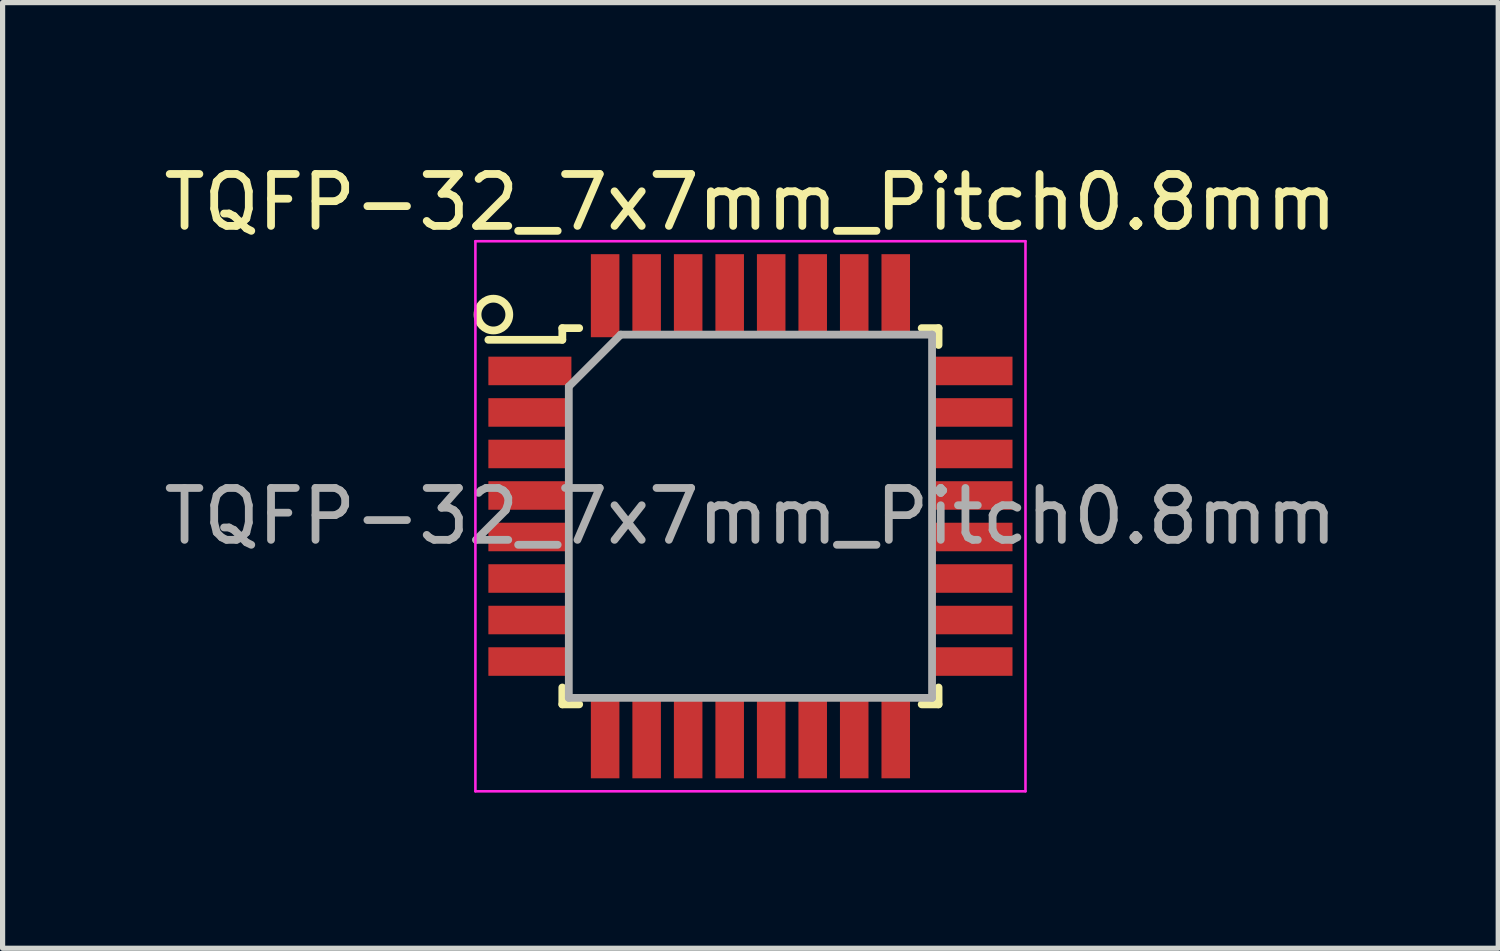
<source format=kicad_pcb>
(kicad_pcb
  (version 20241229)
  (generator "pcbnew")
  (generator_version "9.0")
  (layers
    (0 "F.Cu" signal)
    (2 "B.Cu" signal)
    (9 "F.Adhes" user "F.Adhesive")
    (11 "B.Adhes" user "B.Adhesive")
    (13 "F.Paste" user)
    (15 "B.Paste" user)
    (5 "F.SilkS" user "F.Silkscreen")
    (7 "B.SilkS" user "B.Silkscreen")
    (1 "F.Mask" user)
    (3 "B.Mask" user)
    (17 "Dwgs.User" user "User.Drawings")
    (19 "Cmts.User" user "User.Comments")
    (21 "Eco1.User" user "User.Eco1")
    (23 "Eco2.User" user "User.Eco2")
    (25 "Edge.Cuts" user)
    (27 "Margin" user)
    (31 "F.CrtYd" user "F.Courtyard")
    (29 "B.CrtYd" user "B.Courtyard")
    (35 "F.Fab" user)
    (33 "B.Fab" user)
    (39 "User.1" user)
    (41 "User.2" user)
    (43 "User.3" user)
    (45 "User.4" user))
  (footprint "TQFP-32_7x7mm_Pitch0.8mm"
    (layer "F.Cu")
    (at 11.411 6.898)
    (property "Reference" "TQFP-32_7x7mm_Pitch0.8mm" (at 0 -6.05 0) (layer "F.SilkS") (effects (font (size 1 1) (thickness 0.15))))
    (attr smd)
    (fp_line (start -3.625 -3.625) (end -3.625 -3.4) (stroke (width 0.15) (type solid)) (layer "F.SilkS"))
    (fp_line (start -3.625 -3.625) (end -3.3 -3.625) (stroke (width 0.15) (type solid)) (layer "F.SilkS"))
    (fp_line (start -3.625 -3.4) (end -5.05 -3.4) (stroke (width 0.15) (type solid)) (layer "F.SilkS"))
    (fp_line (start -3.625 3.625) (end -3.625 3.3) (stroke (width 0.15) (type solid)) (layer "F.SilkS"))
    (fp_line (start -3.625 3.625) (end -3.3 3.625) (stroke (width 0.15) (type solid)) (layer "F.SilkS"))
    (fp_line (start 3.625 -3.625) (end 3.3 -3.625) (stroke (width 0.15) (type solid)) (layer "F.SilkS"))
    (fp_line (start 3.625 -3.625) (end 3.625 -3.3) (stroke (width 0.15) (type solid)) (layer "F.SilkS"))
    (fp_line (start 3.625 3.625) (end 3.3 3.625) (stroke (width 0.15) (type solid)) (layer "F.SilkS"))
    (fp_line (start 3.625 3.625) (end 3.625 3.3) (stroke (width 0.15) (type solid)) (layer "F.SilkS"))
    (fp_circle (center -4.953 -3.886) (end -4.724 -3.683) (stroke (width 0.15) (type solid)) (fill no) (layer "F.SilkS"))
    (fp_line (start -5.3 -5.3) (end -5.3 5.3) (stroke (width 0.05) (type solid)) (layer "F.CrtYd"))
    (fp_line (start -5.3 -5.3) (end 5.3 -5.3) (stroke (width 0.05) (type solid)) (layer "F.CrtYd"))
    (fp_line (start -5.3 5.3) (end 5.3 5.3) (stroke (width 0.05) (type solid)) (layer "F.CrtYd"))
    (fp_line (start 5.3 -5.3) (end 5.3 5.3) (stroke (width 0.05) (type solid)) (layer "F.CrtYd"))
    (fp_line (start -3.5 -2.5) (end -2.5 -3.5) (stroke (width 0.15) (type solid)) (layer "F.Fab"))
    (fp_line (start -3.5 3.5) (end -3.5 -2.5) (stroke (width 0.15) (type solid)) (layer "F.Fab"))
    (fp_line (start -2.5 -3.5) (end 3.5 -3.5) (stroke (width 0.15) (type solid)) (layer "F.Fab"))
    (fp_line (start 3.5 -3.5) (end 3.5 3.5) (stroke (width 0.15) (type solid)) (layer "F.Fab"))
    (fp_line (start 3.5 3.5) (end -3.5 3.5) (stroke (width 0.15) (type solid)) (layer "F.Fab"))
    (fp_text user "${REFERENCE}" (at 0 0 0) (layer "F.Fab") (effects (font (size 1 1) (thickness 0.15))))
    (pad "1" smd rect (at -4.25 -2.8) (size 1.6 0.55) (layers "F.Cu" "F.Mask" "F.Paste"))
    (pad "2" smd rect (at -4.25 -2) (size 1.6 0.55) (layers "F.Cu" "F.Mask" "F.Paste"))
    (pad "3" smd rect (at -4.25 -1.2) (size 1.6 0.55) (layers "F.Cu" "F.Mask" "F.Paste"))
    (pad "4" smd rect (at -4.25 -0.4) (size 1.6 0.55) (layers "F.Cu" "F.Mask" "F.Paste"))
    (pad "5" smd rect (at -4.25 0.4) (size 1.6 0.55) (layers "F.Cu" "F.Mask" "F.Paste"))
    (pad "6" smd rect (at -4.25 1.2) (size 1.6 0.55) (layers "F.Cu" "F.Mask" "F.Paste"))
    (pad "7" smd rect (at -4.25 2) (size 1.6 0.55) (layers "F.Cu" "F.Mask" "F.Paste"))
    (pad "8" smd rect (at -4.25 2.8) (size 1.6 0.55) (layers "F.Cu" "F.Mask" "F.Paste"))
    (pad "9" smd rect (at -2.8 4.25 90) (size 1.6 0.55) (layers "F.Cu" "F.Mask" "F.Paste"))
    (pad "10" smd rect (at -2 4.25 90) (size 1.6 0.55) (layers "F.Cu" "F.Mask" "F.Paste"))
    (pad "11" smd rect (at -1.2 4.25 90) (size 1.6 0.55) (layers "F.Cu" "F.Mask" "F.Paste"))
    (pad "12" smd rect (at -0.4 4.25 90) (size 1.6 0.55) (layers "F.Cu" "F.Mask" "F.Paste"))
    (pad "13" smd rect (at 0.4 4.25 90) (size 1.6 0.55) (layers "F.Cu" "F.Mask" "F.Paste"))
    (pad "14" smd rect (at 1.2 4.25 90) (size 1.6 0.55) (layers "F.Cu" "F.Mask" "F.Paste"))
    (pad "15" smd rect (at 2 4.25 90) (size 1.6 0.55) (layers "F.Cu" "F.Mask" "F.Paste"))
    (pad "16" smd rect (at 2.8 4.25 90) (size 1.6 0.55) (layers "F.Cu" "F.Mask" "F.Paste"))
    (pad "17" smd rect (at 4.25 2.8) (size 1.6 0.55) (layers "F.Cu" "F.Mask" "F.Paste"))
    (pad "18" smd rect (at 4.25 2) (size 1.6 0.55) (layers "F.Cu" "F.Mask" "F.Paste"))
    (pad "19" smd rect (at 4.25 1.2) (size 1.6 0.55) (layers "F.Cu" "F.Mask" "F.Paste"))
    (pad "20" smd rect (at 4.25 0.4) (size 1.6 0.55) (layers "F.Cu" "F.Mask" "F.Paste"))
    (pad "21" smd rect (at 4.25 -0.4) (size 1.6 0.55) (layers "F.Cu" "F.Mask" "F.Paste"))
    (pad "22" smd rect (at 4.25 -1.2) (size 1.6 0.55) (layers "F.Cu" "F.Mask" "F.Paste"))
    (pad "23" smd rect (at 4.25 -2) (size 1.6 0.55) (layers "F.Cu" "F.Mask" "F.Paste"))
    (pad "24" smd rect (at 4.25 -2.8) (size 1.6 0.55) (layers "F.Cu" "F.Mask" "F.Paste"))
    (pad "25" smd rect (at 2.8 -4.25 90) (size 1.6 0.55) (layers "F.Cu" "F.Mask" "F.Paste"))
    (pad "26" smd rect (at 2 -4.25 90) (size 1.6 0.55) (layers "F.Cu" "F.Mask" "F.Paste"))
    (pad "27" smd rect (at 1.2 -4.25 90) (size 1.6 0.55) (layers "F.Cu" "F.Mask" "F.Paste"))
    (pad "28" smd rect (at 0.4 -4.25 90) (size 1.6 0.55) (layers "F.Cu" "F.Mask" "F.Paste"))
    (pad "29" smd rect (at -0.4 -4.25 90) (size 1.6 0.55) (layers "F.Cu" "F.Mask" "F.Paste"))
    (pad "30" smd rect (at -1.2 -4.25 90) (size 1.6 0.55) (layers "F.Cu" "F.Mask" "F.Paste"))
    (pad "31" smd rect (at -2 -4.25 90) (size 1.6 0.55) (layers "F.Cu" "F.Mask" "F.Paste"))
    (pad "32" smd rect (at -2.8 -4.25 90) (size 1.6 0.55) (layers "F.Cu" "F.Mask" "F.Paste")))
  (gr_rect
    (start -3 -3)
    (end 25.821 15.223)
    (stroke (width 0.1) (type default))
    (fill no)
    (layer "Edge.Cuts")))
</source>
